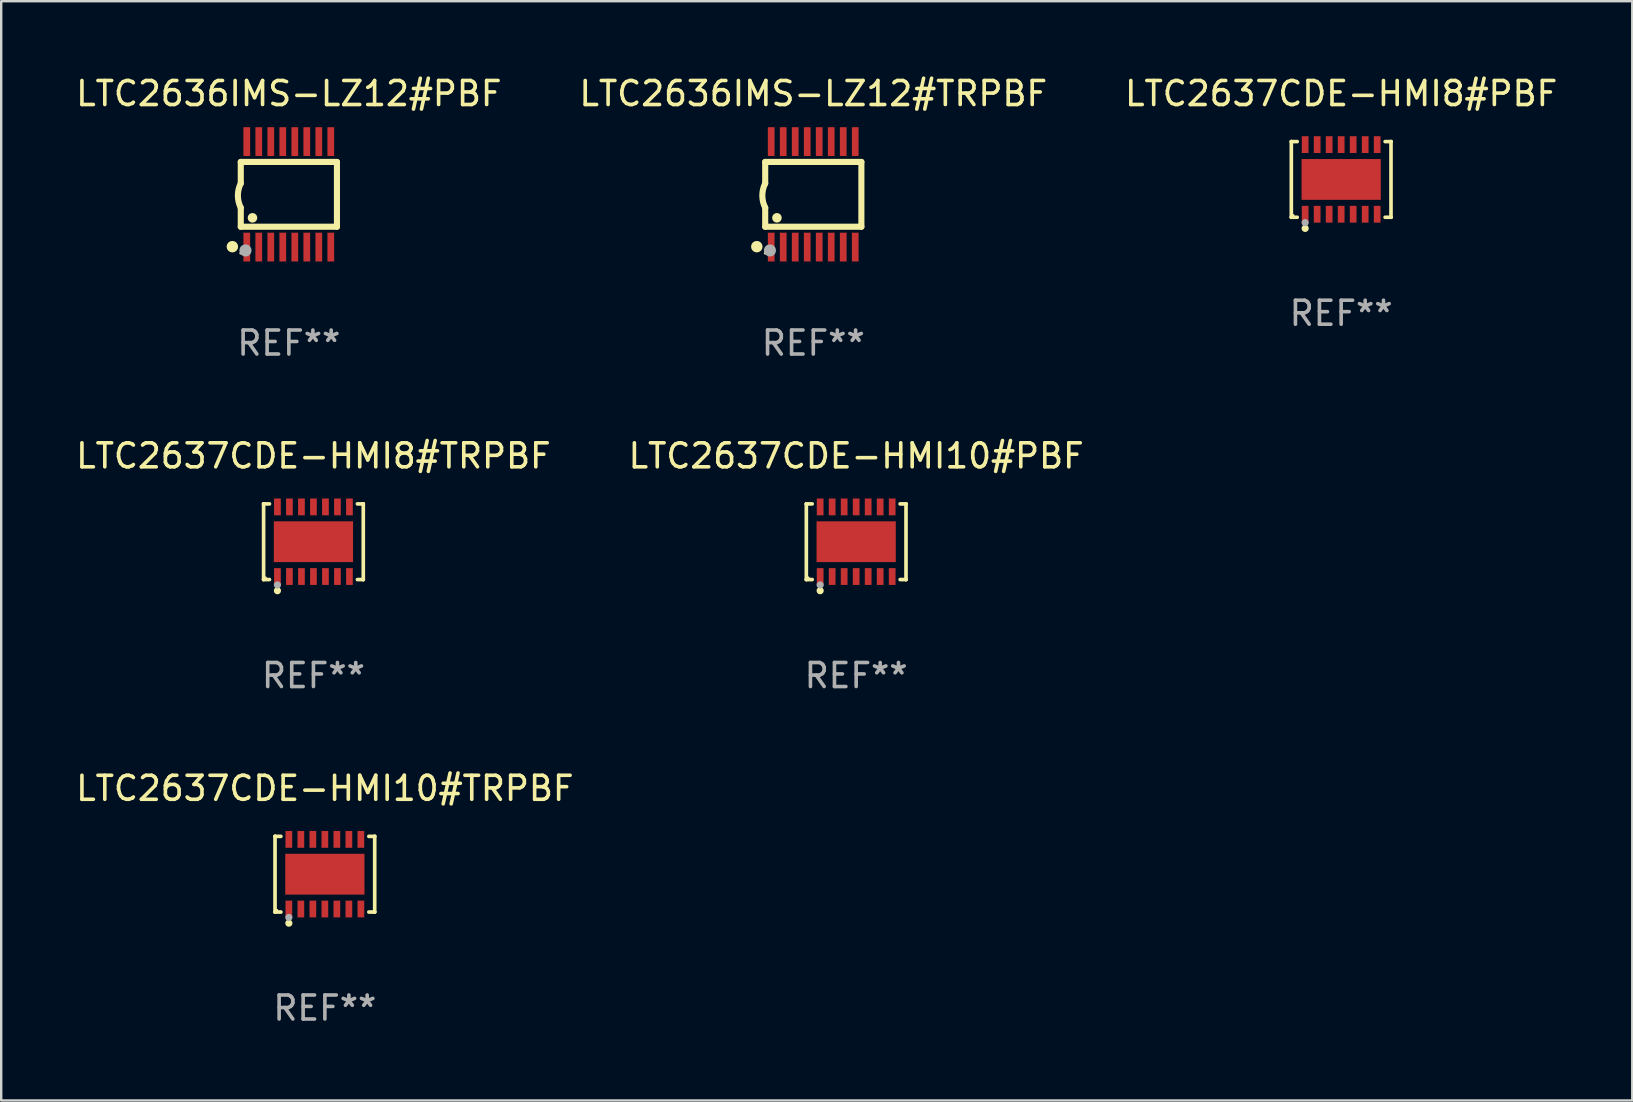
<source format=kicad_pcb>
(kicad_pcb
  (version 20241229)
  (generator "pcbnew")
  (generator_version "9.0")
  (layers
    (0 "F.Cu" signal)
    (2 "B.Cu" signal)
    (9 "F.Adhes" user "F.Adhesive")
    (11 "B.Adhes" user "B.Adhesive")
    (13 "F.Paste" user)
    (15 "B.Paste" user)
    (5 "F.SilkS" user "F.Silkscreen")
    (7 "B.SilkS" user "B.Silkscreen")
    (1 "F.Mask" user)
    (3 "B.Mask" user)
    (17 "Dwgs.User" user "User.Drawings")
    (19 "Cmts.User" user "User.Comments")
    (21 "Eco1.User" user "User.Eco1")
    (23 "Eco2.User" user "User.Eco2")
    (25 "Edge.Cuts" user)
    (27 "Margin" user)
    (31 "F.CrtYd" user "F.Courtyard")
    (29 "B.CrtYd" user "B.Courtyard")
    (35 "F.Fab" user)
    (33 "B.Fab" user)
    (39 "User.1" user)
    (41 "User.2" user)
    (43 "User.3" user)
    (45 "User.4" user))
  (footprint "LTC2637CDE-HMI10#PBF"
    (layer "F.Cu")
    (at 32.613 19.515)
    (property "Reference" "LTC2637CDE-HMI10#PBF" (at 0 -3.576 0) (layer "F.SilkS") (effects (font (size 1 1) (thickness 0.15))))
    (attr through_hole)
    (fp_line (start -2.076 -1.576) (end -2.076 -1.576) (stroke (width 0.152) (type solid)) (layer "F.SilkS"))
    (fp_line (start -2.076 -1.576) (end -1.831 -1.576) (stroke (width 0.152) (type solid)) (layer "F.SilkS"))
    (fp_line (start -2.076 1.576) (end -2.076 -1.576) (stroke (width 0.152) (type solid)) (layer "F.SilkS"))
    (fp_line (start -2.076 1.576) (end -2.076 1.576) (stroke (width 0.152) (type solid)) (layer "F.SilkS"))
    (fp_line (start -1.831 1.576) (end -2.076 1.576) (stroke (width 0.152) (type solid)) (layer "F.SilkS"))
    (fp_line (start 1.831 1.576) (end 2.076 1.576) (stroke (width 0.152) (type solid)) (layer "F.SilkS"))
    (fp_line (start 2.076 -1.576) (end 1.831 -1.576) (stroke (width 0.152) (type solid)) (layer "F.SilkS"))
    (fp_line (start 2.076 -1.576) (end 2.076 -1.576) (stroke (width 0.152) (type solid)) (layer "F.SilkS"))
    (fp_line (start 2.076 1.576) (end 2.076 -1.576) (stroke (width 0.152) (type solid)) (layer "F.SilkS"))
    (fp_line (start 2.076 1.576) (end 2.076 1.576) (stroke (width 0.152) (type solid)) (layer "F.SilkS"))
    (fp_circle (center -2 1.5) (end -1.97 1.5) (stroke (width 0.06) (type solid)) (fill no) (layer "F.SilkS"))
    (fp_circle (center -1.5 2.04) (end -1.425 2.04) (stroke (width 0.15) (type solid)) (fill no) (layer "F.SilkS"))
    (fp_circle (center -1.5 1.8) (end -1.425 1.8) (stroke (width 0.15) (type solid)) (fill no) (layer "F.Fab"))
    (fp_text user "REF**" (at 0 5.576 0) (layer "F.Fab") (effects (font (size 1 1) (thickness 0.15))))
    (pad "1" smd rect (at -1.5 1.45) (size 0.28 0.7) (layers "F.Cu" "F.Mask" "F.Paste"))
    (pad "2" smd rect (at -1 1.45) (size 0.28 0.7) (layers "F.Cu" "F.Mask" "F.Paste"))
    (pad "3" smd rect (at -0.5 1.45) (size 0.28 0.7) (layers "F.Cu" "F.Mask" "F.Paste"))
    (pad "4" smd rect (at 0 1.45) (size 0.28 0.7) (layers "F.Cu" "F.Mask" "F.Paste"))
    (pad "5" smd rect (at 0.5 1.45) (size 0.28 0.7) (layers "F.Cu" "F.Mask" "F.Paste"))
    (pad "6" smd rect (at 1 1.45) (size 0.28 0.7) (layers "F.Cu" "F.Mask" "F.Paste"))
    (pad "7" smd rect (at 1.5 1.45) (size 0.28 0.7) (layers "F.Cu" "F.Mask" "F.Paste"))
    (pad "8" smd rect (at 1.5 -1.45) (size 0.28 0.7) (layers "F.Cu" "F.Mask" "F.Paste"))
    (pad "9" smd rect (at 1 -1.45) (size 0.28 0.7) (layers "F.Cu" "F.Mask" "F.Paste"))
    (pad "10" smd rect (at 0.5 -1.45) (size 0.28 0.7) (layers "F.Cu" "F.Mask" "F.Paste"))
    (pad "11" smd rect (at 0 -1.45) (size 0.28 0.7) (layers "F.Cu" "F.Mask" "F.Paste"))
    (pad "12" smd rect (at -0.5 -1.45) (size 0.28 0.7) (layers "F.Cu" "F.Mask" "F.Paste"))
    (pad "13" smd rect (at -1 -1.45) (size 0.28 0.7) (layers "F.Cu" "F.Mask" "F.Paste"))
    (pad "14" smd rect (at -1.5 -1.45) (size 0.28 0.7) (layers "F.Cu" "F.Mask" "F.Paste"))
    (pad "15" smd rect (at 0 0) (size 3.3 1.7) (layers "F.Cu" "F.Mask" "F.Paste")))
  (footprint "LTC2636IMS-LZ12#TRPBF"
    (layer "F.Cu")
    (at 30.827 5.045)
    (property "Reference" "LTC2636IMS-LZ12#TRPBF" (at 0 -4.197 0) (layer "F.SilkS") (effects (font (size 1 1) (thickness 0.15))))
    (attr through_hole)
    (fp_line (start -2.003 -1.35) (end -2.003 -0.457) (stroke (width 0.254) (type solid)) (layer "F.SilkS"))
    (fp_line (start -2.003 -1.35) (end 2.003 -1.35) (stroke (width 0.254) (type solid)) (layer "F.SilkS"))
    (fp_line (start -2.003 1.35) (end -2.003 0.559) (stroke (width 0.254) (type solid)) (layer "F.SilkS"))
    (fp_line (start -2.003 1.35) (end 2.003 1.35) (stroke (width 0.254) (type solid)) (layer "F.SilkS"))
    (fp_line (start 2.003 -1.35) (end 2.003 1.35) (stroke (width 0.254) (type solid)) (layer "F.SilkS"))
    (fp_arc (start -2.002286 0.558802) (mid -2.122556 0.05092) (end -2.003302 -0.457201) (stroke (width 0.254001) (type solid)) (layer "F.SilkS"))
    (fp_circle (center -2.353 2.18) (end -2.233 2.18) (stroke (width 0.24) (type solid)) (fill no) (layer "F.SilkS"))
    (fp_circle (center -2.003 2.45) (end -1.973 2.45) (stroke (width 0.06) (type solid)) (fill no) (layer "F.SilkS"))
    (fp_circle (center -1.515 0.978) (end -1.415 0.978) (stroke (width 0.2) (type solid)) (fill no) (layer "F.SilkS"))
    (fp_circle (center -1.807 2.337) (end -1.68 2.337) (stroke (width 0.254) (type solid)) (fill no) (layer "F.Fab"))
    (fp_text user "REF**" (at 0 6.197 0) (layer "F.Fab") (effects (font (size 1 1) (thickness 0.15))))
    (pad "1" smd rect (at -1.753 2.197 90) (size 1.2 0.28) (layers "F.Cu" "F.Mask" "F.Paste"))
    (pad "2" smd rect (at -1.253 2.197 90) (size 1.2 0.28) (layers "F.Cu" "F.Mask" "F.Paste"))
    (pad "3" smd rect (at -0.753 2.197 90) (size 1.2 0.28) (layers "F.Cu" "F.Mask" "F.Paste"))
    (pad "4" smd rect (at -0.253 2.197 90) (size 1.2 0.28) (layers "F.Cu" "F.Mask" "F.Paste"))
    (pad "5" smd rect (at 0.247 2.197 90) (size 1.2 0.28) (layers "F.Cu" "F.Mask" "F.Paste"))
    (pad "6" smd rect (at 0.747 2.197 90) (size 1.2 0.28) (layers "F.Cu" "F.Mask" "F.Paste"))
    (pad "7" smd rect (at 1.247 2.197 90) (size 1.2 0.28) (layers "F.Cu" "F.Mask" "F.Paste"))
    (pad "8" smd rect (at 1.747 2.197 90) (size 1.2 0.28) (layers "F.Cu" "F.Mask" "F.Paste"))
    (pad "9" smd rect (at 1.747 -2.197 90) (size 1.2 0.28) (layers "F.Cu" "F.Mask" "F.Paste"))
    (pad "10" smd rect (at 1.247 -2.197 90) (size 1.2 0.28) (layers "F.Cu" "F.Mask" "F.Paste"))
    (pad "11" smd rect (at 0.747 -2.197 90) (size 1.2 0.28) (layers "F.Cu" "F.Mask" "F.Paste"))
    (pad "12" smd rect (at 0.247 -2.197 90) (size 1.2 0.28) (layers "F.Cu" "F.Mask" "F.Paste"))
    (pad "13" smd rect (at -0.253 -2.197 90) (size 1.2 0.28) (layers "F.Cu" "F.Mask" "F.Paste"))
    (pad "14" smd rect (at -0.753 -2.197 90) (size 1.2 0.28) (layers "F.Cu" "F.Mask" "F.Paste"))
    (pad "15" smd rect (at -1.253 -2.197 90) (size 1.2 0.28) (layers "F.Cu" "F.Mask" "F.Paste"))
    (pad "16" smd rect (at -1.753 -2.197 90) (size 1.2 0.28) (layers "F.Cu" "F.Mask" "F.Paste")))
  (footprint "LTC2637CDE-HMI10#TRPBF"
    (layer "F.Cu")
    (at 10.482 33.364)
    (property "Reference" "LTC2637CDE-HMI10#TRPBF" (at 0 -3.576 0) (layer "F.SilkS") (effects (font (size 1 1) (thickness 0.15))))
    (attr through_hole)
    (fp_line (start -2.076 -1.576) (end -2.076 -1.576) (stroke (width 0.152) (type solid)) (layer "F.SilkS"))
    (fp_line (start -2.076 -1.576) (end -1.831 -1.576) (stroke (width 0.152) (type solid)) (layer "F.SilkS"))
    (fp_line (start -2.076 1.576) (end -2.076 -1.576) (stroke (width 0.152) (type solid)) (layer "F.SilkS"))
    (fp_line (start -2.076 1.576) (end -2.076 1.576) (stroke (width 0.152) (type solid)) (layer "F.SilkS"))
    (fp_line (start -1.831 1.576) (end -2.076 1.576) (stroke (width 0.152) (type solid)) (layer "F.SilkS"))
    (fp_line (start 1.831 1.576) (end 2.076 1.576) (stroke (width 0.152) (type solid)) (layer "F.SilkS"))
    (fp_line (start 2.076 -1.576) (end 1.831 -1.576) (stroke (width 0.152) (type solid)) (layer "F.SilkS"))
    (fp_line (start 2.076 -1.576) (end 2.076 -1.576) (stroke (width 0.152) (type solid)) (layer "F.SilkS"))
    (fp_line (start 2.076 1.576) (end 2.076 -1.576) (stroke (width 0.152) (type solid)) (layer "F.SilkS"))
    (fp_line (start 2.076 1.576) (end 2.076 1.576) (stroke (width 0.152) (type solid)) (layer "F.SilkS"))
    (fp_circle (center -2 1.5) (end -1.97 1.5) (stroke (width 0.06) (type solid)) (fill no) (layer "F.SilkS"))
    (fp_circle (center -1.5 2.04) (end -1.425 2.04) (stroke (width 0.15) (type solid)) (fill no) (layer "F.SilkS"))
    (fp_circle (center -1.5 1.8) (end -1.425 1.8) (stroke (width 0.15) (type solid)) (fill no) (layer "F.Fab"))
    (fp_text user "REF**" (at 0 5.576 0) (layer "F.Fab") (effects (font (size 1 1) (thickness 0.15))))
    (pad "1" smd rect (at -1.5 1.45) (size 0.28 0.7) (layers "F.Cu" "F.Mask" "F.Paste"))
    (pad "2" smd rect (at -1 1.45) (size 0.28 0.7) (layers "F.Cu" "F.Mask" "F.Paste"))
    (pad "3" smd rect (at -0.5 1.45) (size 0.28 0.7) (layers "F.Cu" "F.Mask" "F.Paste"))
    (pad "4" smd rect (at 0 1.45) (size 0.28 0.7) (layers "F.Cu" "F.Mask" "F.Paste"))
    (pad "5" smd rect (at 0.5 1.45) (size 0.28 0.7) (layers "F.Cu" "F.Mask" "F.Paste"))
    (pad "6" smd rect (at 1 1.45) (size 0.28 0.7) (layers "F.Cu" "F.Mask" "F.Paste"))
    (pad "7" smd rect (at 1.5 1.45) (size 0.28 0.7) (layers "F.Cu" "F.Mask" "F.Paste"))
    (pad "8" smd rect (at 1.5 -1.45) (size 0.28 0.7) (layers "F.Cu" "F.Mask" "F.Paste"))
    (pad "9" smd rect (at 1 -1.45) (size 0.28 0.7) (layers "F.Cu" "F.Mask" "F.Paste"))
    (pad "10" smd rect (at 0.5 -1.45) (size 0.28 0.7) (layers "F.Cu" "F.Mask" "F.Paste"))
    (pad "11" smd rect (at 0 -1.45) (size 0.28 0.7) (layers "F.Cu" "F.Mask" "F.Paste"))
    (pad "12" smd rect (at -0.5 -1.45) (size 0.28 0.7) (layers "F.Cu" "F.Mask" "F.Paste"))
    (pad "13" smd rect (at -1 -1.45) (size 0.28 0.7) (layers "F.Cu" "F.Mask" "F.Paste"))
    (pad "14" smd rect (at -1.5 -1.45) (size 0.28 0.7) (layers "F.Cu" "F.Mask" "F.Paste"))
    (pad "15" smd rect (at 0 0) (size 3.3 1.7) (layers "F.Cu" "F.Mask" "F.Paste")))
  (footprint "LTC2637CDE-HMI8#PBF"
    (layer "F.Cu")
    (at 52.815 4.424)
    (property "Reference" "LTC2637CDE-HMI8#PBF" (at 0 -3.576 0) (layer "F.SilkS") (effects (font (size 1 1) (thickness 0.15))))
    (attr through_hole)
    (fp_line (start -2.076 -1.576) (end -2.076 -1.576) (stroke (width 0.152) (type solid)) (layer "F.SilkS"))
    (fp_line (start -2.076 -1.576) (end -1.831 -1.576) (stroke (width 0.152) (type solid)) (layer "F.SilkS"))
    (fp_line (start -2.076 1.576) (end -2.076 -1.576) (stroke (width 0.152) (type solid)) (layer "F.SilkS"))
    (fp_line (start -2.076 1.576) (end -2.076 1.576) (stroke (width 0.152) (type solid)) (layer "F.SilkS"))
    (fp_line (start -1.831 1.576) (end -2.076 1.576) (stroke (width 0.152) (type solid)) (layer "F.SilkS"))
    (fp_line (start 1.831 1.576) (end 2.076 1.576) (stroke (width 0.152) (type solid)) (layer "F.SilkS"))
    (fp_line (start 2.076 -1.576) (end 1.831 -1.576) (stroke (width 0.152) (type solid)) (layer "F.SilkS"))
    (fp_line (start 2.076 -1.576) (end 2.076 -1.576) (stroke (width 0.152) (type solid)) (layer "F.SilkS"))
    (fp_line (start 2.076 1.576) (end 2.076 -1.576) (stroke (width 0.152) (type solid)) (layer "F.SilkS"))
    (fp_line (start 2.076 1.576) (end 2.076 1.576) (stroke (width 0.152) (type solid)) (layer "F.SilkS"))
    (fp_circle (center -2 1.5) (end -1.97 1.5) (stroke (width 0.06) (type solid)) (fill no) (layer "F.SilkS"))
    (fp_circle (center -1.5 2.04) (end -1.425 2.04) (stroke (width 0.15) (type solid)) (fill no) (layer "F.SilkS"))
    (fp_circle (center -1.5 1.8) (end -1.425 1.8) (stroke (width 0.15) (type solid)) (fill no) (layer "F.Fab"))
    (fp_text user "REF**" (at 0 5.576 0) (layer "F.Fab") (effects (font (size 1 1) (thickness 0.15))))
    (pad "1" smd rect (at -1.5 1.45) (size 0.28 0.7) (layers "F.Cu" "F.Mask" "F.Paste"))
    (pad "2" smd rect (at -1 1.45) (size 0.28 0.7) (layers "F.Cu" "F.Mask" "F.Paste"))
    (pad "3" smd rect (at -0.5 1.45) (size 0.28 0.7) (layers "F.Cu" "F.Mask" "F.Paste"))
    (pad "4" smd rect (at 0 1.45) (size 0.28 0.7) (layers "F.Cu" "F.Mask" "F.Paste"))
    (pad "5" smd rect (at 0.5 1.45) (size 0.28 0.7) (layers "F.Cu" "F.Mask" "F.Paste"))
    (pad "6" smd rect (at 1 1.45) (size 0.28 0.7) (layers "F.Cu" "F.Mask" "F.Paste"))
    (pad "7" smd rect (at 1.5 1.45) (size 0.28 0.7) (layers "F.Cu" "F.Mask" "F.Paste"))
    (pad "8" smd rect (at 1.5 -1.45) (size 0.28 0.7) (layers "F.Cu" "F.Mask" "F.Paste"))
    (pad "9" smd rect (at 1 -1.45) (size 0.28 0.7) (layers "F.Cu" "F.Mask" "F.Paste"))
    (pad "10" smd rect (at 0.5 -1.45) (size 0.28 0.7) (layers "F.Cu" "F.Mask" "F.Paste"))
    (pad "11" smd rect (at 0 -1.45) (size 0.28 0.7) (layers "F.Cu" "F.Mask" "F.Paste"))
    (pad "12" smd rect (at -0.5 -1.45) (size 0.28 0.7) (layers "F.Cu" "F.Mask" "F.Paste"))
    (pad "13" smd rect (at -1 -1.45) (size 0.28 0.7) (layers "F.Cu" "F.Mask" "F.Paste"))
    (pad "14" smd rect (at -1.5 -1.45) (size 0.28 0.7) (layers "F.Cu" "F.Mask" "F.Paste"))
    (pad "15" smd rect (at 0 0) (size 3.3 1.7) (layers "F.Cu" "F.Mask" "F.Paste")))
  (footprint "LTC2636IMS-LZ12#PBF"
    (layer "F.Cu")
    (at 8.982 5.045)
    (property "Reference" "LTC2636IMS-LZ12#PBF" (at 0 -4.197 0) (layer "F.SilkS") (effects (font (size 1 1) (thickness 0.15))))
    (attr through_hole)
    (fp_line (start -2.003 -1.35) (end -2.003 -0.457) (stroke (width 0.254) (type solid)) (layer "F.SilkS"))
    (fp_line (start -2.003 -1.35) (end 2.003 -1.35) (stroke (width 0.254) (type solid)) (layer "F.SilkS"))
    (fp_line (start -2.003 1.35) (end -2.003 0.559) (stroke (width 0.254) (type solid)) (layer "F.SilkS"))
    (fp_line (start -2.003 1.35) (end 2.003 1.35) (stroke (width 0.254) (type solid)) (layer "F.SilkS"))
    (fp_line (start 2.003 -1.35) (end 2.003 1.35) (stroke (width 0.254) (type solid)) (layer "F.SilkS"))
    (fp_arc (start -2.002286 0.558802) (mid -2.122556 0.05092) (end -2.003302 -0.457201) (stroke (width 0.254001) (type solid)) (layer "F.SilkS"))
    (fp_circle (center -2.353 2.18) (end -2.233 2.18) (stroke (width 0.24) (type solid)) (fill no) (layer "F.SilkS"))
    (fp_circle (center -2.003 2.45) (end -1.973 2.45) (stroke (width 0.06) (type solid)) (fill no) (layer "F.SilkS"))
    (fp_circle (center -1.515 0.978) (end -1.415 0.978) (stroke (width 0.2) (type solid)) (fill no) (layer "F.SilkS"))
    (fp_circle (center -1.807 2.337) (end -1.68 2.337) (stroke (width 0.254) (type solid)) (fill no) (layer "F.Fab"))
    (fp_text user "REF**" (at 0 6.197 0) (layer "F.Fab") (effects (font (size 1 1) (thickness 0.15))))
    (pad "1" smd rect (at -1.753 2.197 90) (size 1.2 0.28) (layers "F.Cu" "F.Mask" "F.Paste"))
    (pad "2" smd rect (at -1.253 2.197 90) (size 1.2 0.28) (layers "F.Cu" "F.Mask" "F.Paste"))
    (pad "3" smd rect (at -0.753 2.197 90) (size 1.2 0.28) (layers "F.Cu" "F.Mask" "F.Paste"))
    (pad "4" smd rect (at -0.253 2.197 90) (size 1.2 0.28) (layers "F.Cu" "F.Mask" "F.Paste"))
    (pad "5" smd rect (at 0.247 2.197 90) (size 1.2 0.28) (layers "F.Cu" "F.Mask" "F.Paste"))
    (pad "6" smd rect (at 0.747 2.197 90) (size 1.2 0.28) (layers "F.Cu" "F.Mask" "F.Paste"))
    (pad "7" smd rect (at 1.247 2.197 90) (size 1.2 0.28) (layers "F.Cu" "F.Mask" "F.Paste"))
    (pad "8" smd rect (at 1.747 2.197 90) (size 1.2 0.28) (layers "F.Cu" "F.Mask" "F.Paste"))
    (pad "9" smd rect (at 1.747 -2.197 90) (size 1.2 0.28) (layers "F.Cu" "F.Mask" "F.Paste"))
    (pad "10" smd rect (at 1.247 -2.197 90) (size 1.2 0.28) (layers "F.Cu" "F.Mask" "F.Paste"))
    (pad "11" smd rect (at 0.747 -2.197 90) (size 1.2 0.28) (layers "F.Cu" "F.Mask" "F.Paste"))
    (pad "12" smd rect (at 0.247 -2.197 90) (size 1.2 0.28) (layers "F.Cu" "F.Mask" "F.Paste"))
    (pad "13" smd rect (at -0.253 -2.197 90) (size 1.2 0.28) (layers "F.Cu" "F.Mask" "F.Paste"))
    (pad "14" smd rect (at -0.753 -2.197 90) (size 1.2 0.28) (layers "F.Cu" "F.Mask" "F.Paste"))
    (pad "15" smd rect (at -1.253 -2.197 90) (size 1.2 0.28) (layers "F.Cu" "F.Mask" "F.Paste"))
    (pad "16" smd rect (at -1.753 -2.197 90) (size 1.2 0.28) (layers "F.Cu" "F.Mask" "F.Paste")))
  (footprint "LTC2637CDE-HMI8#TRPBF"
    (layer "F.Cu")
    (at 10.006 19.515)
    (property "Reference" "LTC2637CDE-HMI8#TRPBF" (at 0 -3.576 0) (layer "F.SilkS") (effects (font (size 1 1) (thickness 0.15))))
    (attr through_hole)
    (fp_line (start -2.076 -1.576) (end -2.076 -1.576) (stroke (width 0.152) (type solid)) (layer "F.SilkS"))
    (fp_line (start -2.076 -1.576) (end -1.831 -1.576) (stroke (width 0.152) (type solid)) (layer "F.SilkS"))
    (fp_line (start -2.076 1.576) (end -2.076 -1.576) (stroke (width 0.152) (type solid)) (layer "F.SilkS"))
    (fp_line (start -2.076 1.576) (end -2.076 1.576) (stroke (width 0.152) (type solid)) (layer "F.SilkS"))
    (fp_line (start -1.831 1.576) (end -2.076 1.576) (stroke (width 0.152) (type solid)) (layer "F.SilkS"))
    (fp_line (start 1.831 1.576) (end 2.076 1.576) (stroke (width 0.152) (type solid)) (layer "F.SilkS"))
    (fp_line (start 2.076 -1.576) (end 1.831 -1.576) (stroke (width 0.152) (type solid)) (layer "F.SilkS"))
    (fp_line (start 2.076 -1.576) (end 2.076 -1.576) (stroke (width 0.152) (type solid)) (layer "F.SilkS"))
    (fp_line (start 2.076 1.576) (end 2.076 -1.576) (stroke (width 0.152) (type solid)) (layer "F.SilkS"))
    (fp_line (start 2.076 1.576) (end 2.076 1.576) (stroke (width 0.152) (type solid)) (layer "F.SilkS"))
    (fp_circle (center -2 1.5) (end -1.97 1.5) (stroke (width 0.06) (type solid)) (fill no) (layer "F.SilkS"))
    (fp_circle (center -1.5 2.04) (end -1.425 2.04) (stroke (width 0.15) (type solid)) (fill no) (layer "F.SilkS"))
    (fp_circle (center -1.5 1.8) (end -1.425 1.8) (stroke (width 0.15) (type solid)) (fill no) (layer "F.Fab"))
    (fp_text user "REF**" (at 0 5.576 0) (layer "F.Fab") (effects (font (size 1 1) (thickness 0.15))))
    (pad "1" smd rect (at -1.5 1.45) (size 0.28 0.7) (layers "F.Cu" "F.Mask" "F.Paste"))
    (pad "2" smd rect (at -1 1.45) (size 0.28 0.7) (layers "F.Cu" "F.Mask" "F.Paste"))
    (pad "3" smd rect (at -0.5 1.45) (size 0.28 0.7) (layers "F.Cu" "F.Mask" "F.Paste"))
    (pad "4" smd rect (at 0 1.45) (size 0.28 0.7) (layers "F.Cu" "F.Mask" "F.Paste"))
    (pad "5" smd rect (at 0.5 1.45) (size 0.28 0.7) (layers "F.Cu" "F.Mask" "F.Paste"))
    (pad "6" smd rect (at 1 1.45) (size 0.28 0.7) (layers "F.Cu" "F.Mask" "F.Paste"))
    (pad "7" smd rect (at 1.5 1.45) (size 0.28 0.7) (layers "F.Cu" "F.Mask" "F.Paste"))
    (pad "8" smd rect (at 1.5 -1.45) (size 0.28 0.7) (layers "F.Cu" "F.Mask" "F.Paste"))
    (pad "9" smd rect (at 1 -1.45) (size 0.28 0.7) (layers "F.Cu" "F.Mask" "F.Paste"))
    (pad "10" smd rect (at 0.5 -1.45) (size 0.28 0.7) (layers "F.Cu" "F.Mask" "F.Paste"))
    (pad "11" smd rect (at 0 -1.45) (size 0.28 0.7) (layers "F.Cu" "F.Mask" "F.Paste"))
    (pad "12" smd rect (at -0.5 -1.45) (size 0.28 0.7) (layers "F.Cu" "F.Mask" "F.Paste"))
    (pad "13" smd rect (at -1 -1.45) (size 0.28 0.7) (layers "F.Cu" "F.Mask" "F.Paste"))
    (pad "14" smd rect (at -1.5 -1.45) (size 0.28 0.7) (layers "F.Cu" "F.Mask" "F.Paste"))
    (pad "15" smd rect (at 0 0) (size 3.3 1.7) (layers "F.Cu" "F.Mask" "F.Paste")))
  (gr_rect
    (start -3 -3)
    (end 64.94 42.789)
    (stroke (width 0.1) (type default))
    (fill no)
    (layer "Edge.Cuts")))
</source>
